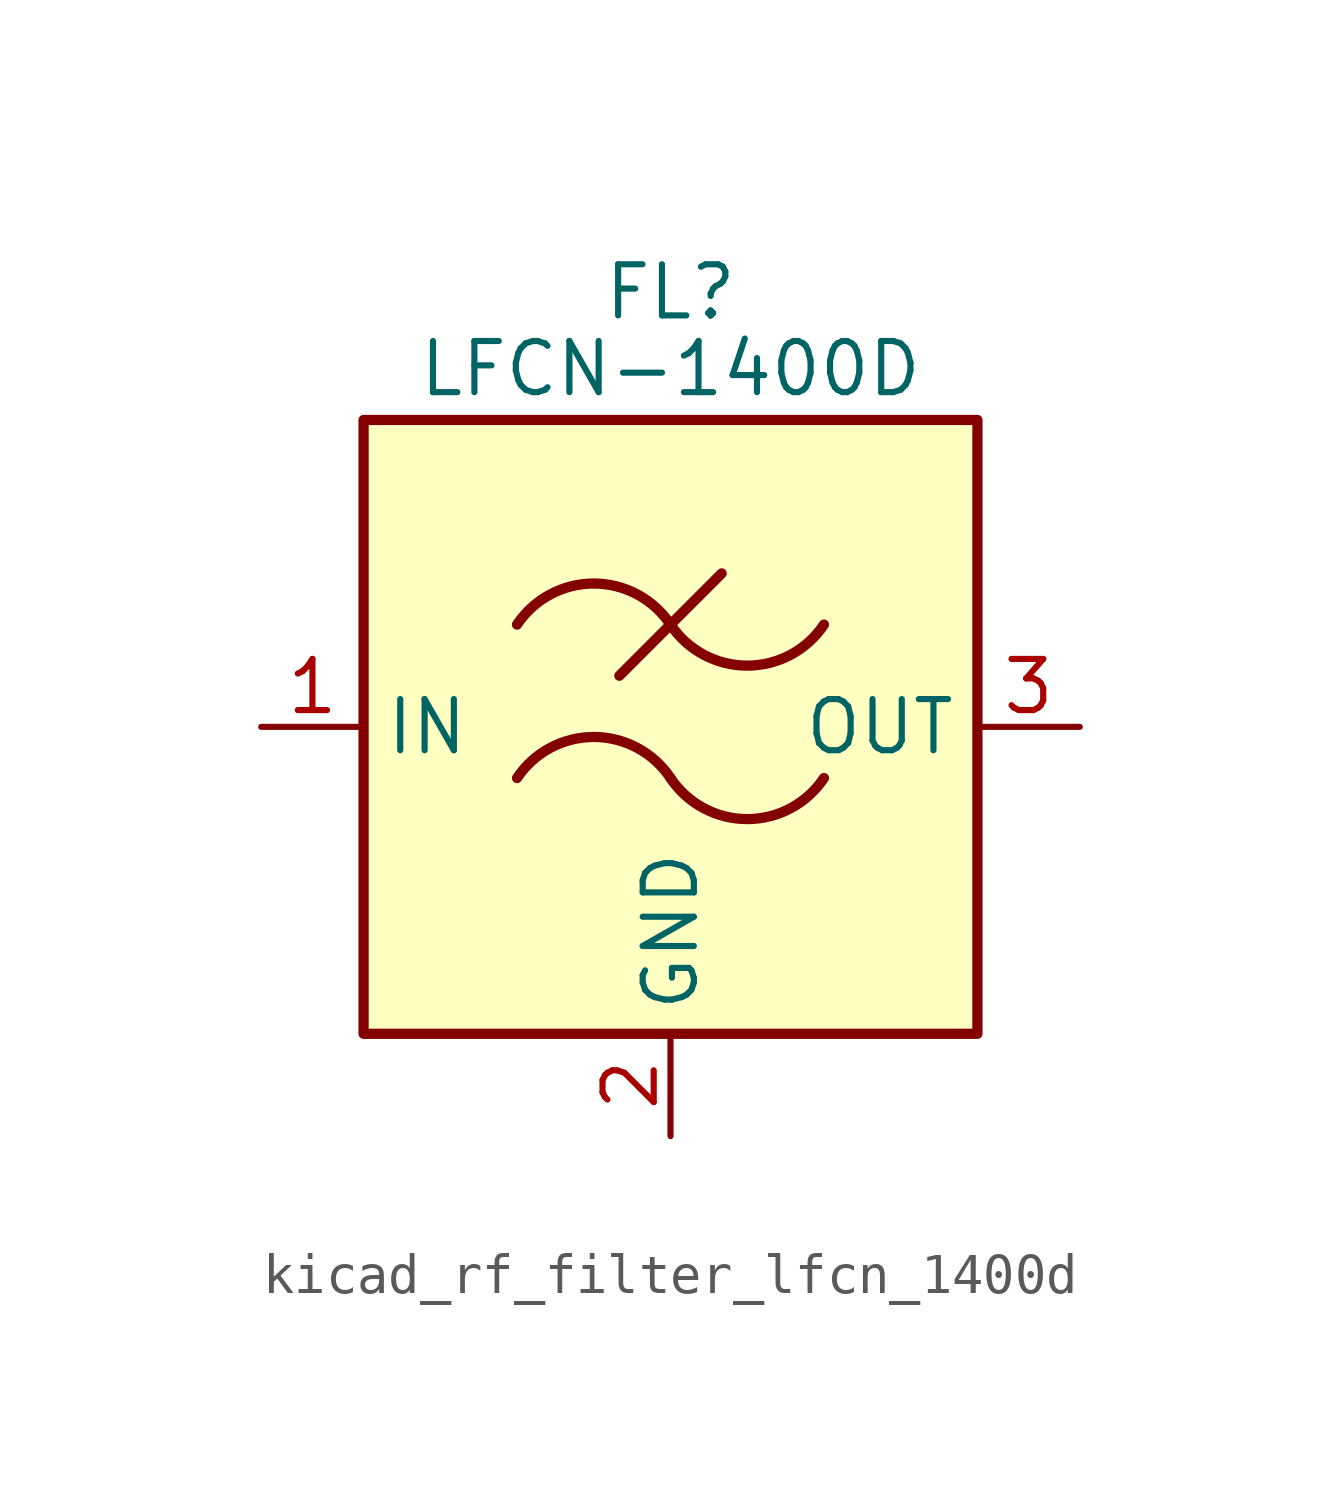
<source format=kicad_sym>
(kicad_symbol_lib
  (version 20220914)
  (generator kicad_symbol_editor)
  (symbol "kicad_rf_filter_lfcn_1400d"
    (property "Reference" "FL"
      (at 0 10.795 0)
      (effects (font (size 1.27 1.27))))
    (property "Value" "LFCN-1400D"
      (at 0 8.89 0)
      (effects (font (size 1.27 1.27))))
    (symbol "kicad_rf_filter_lfcn_1400d_0_1"
      (rectangle (start -7.62 7.62) (end 7.62 -7.62) (stroke (width 0.254) (type default)) (fill (type background)))
      (arc (start 0 -1.27) (mid -1.905 -0.2505) (end -3.81 -1.27) (stroke (width 0.254) (type default)) (fill (type none)))
      (arc (start 0 -1.27) (mid 1.905 -2.2895) (end 3.81 -1.27) (stroke (width 0.254) (type default)) (fill (type none)))
      (polyline (pts (xy -1.27 1.27) (xy 1.27 3.81)) (stroke (width 0.254) (type default)) (fill (type none)))
      (arc (start 0 2.54) (mid -1.905 3.5595) (end -3.81 2.54) (stroke (width 0.254) (type default)) (fill (type none)))
      (arc (start 0 2.54) (mid 1.905 1.5205) (end 3.81 2.54) (stroke (width 0.254) (type default)) (fill (type none))))
    (symbol "kicad_rf_filter_lfcn_1400d_1_1"
      (pin passive line (at -10.16 0 0) (length 2.54) (name "IN" (effects (font (size 1.27 1.27)))) (number "1" (effects (font (size 1.27 1.27)))))
      (pin passive line (at 0 -10.16 90) (length 2.54) (name "GND" (effects (font (size 1.27 1.27)))) (number "2" (effects (font (size 1.27 1.27)))))
      (pin passive line (at 10.16 0 180) (length 2.54) (name "OUT" (effects (font (size 1.27 1.27)))) (number "3" (effects (font (size 1.27 1.27)))))
      (pin passive line (at 0 -10.16 90) (length 2.54) hide (name "GND" (effects (font (size 1.27 1.27)))) (number "4" (effects (font (size 1.27 1.27))))))))
</source>
